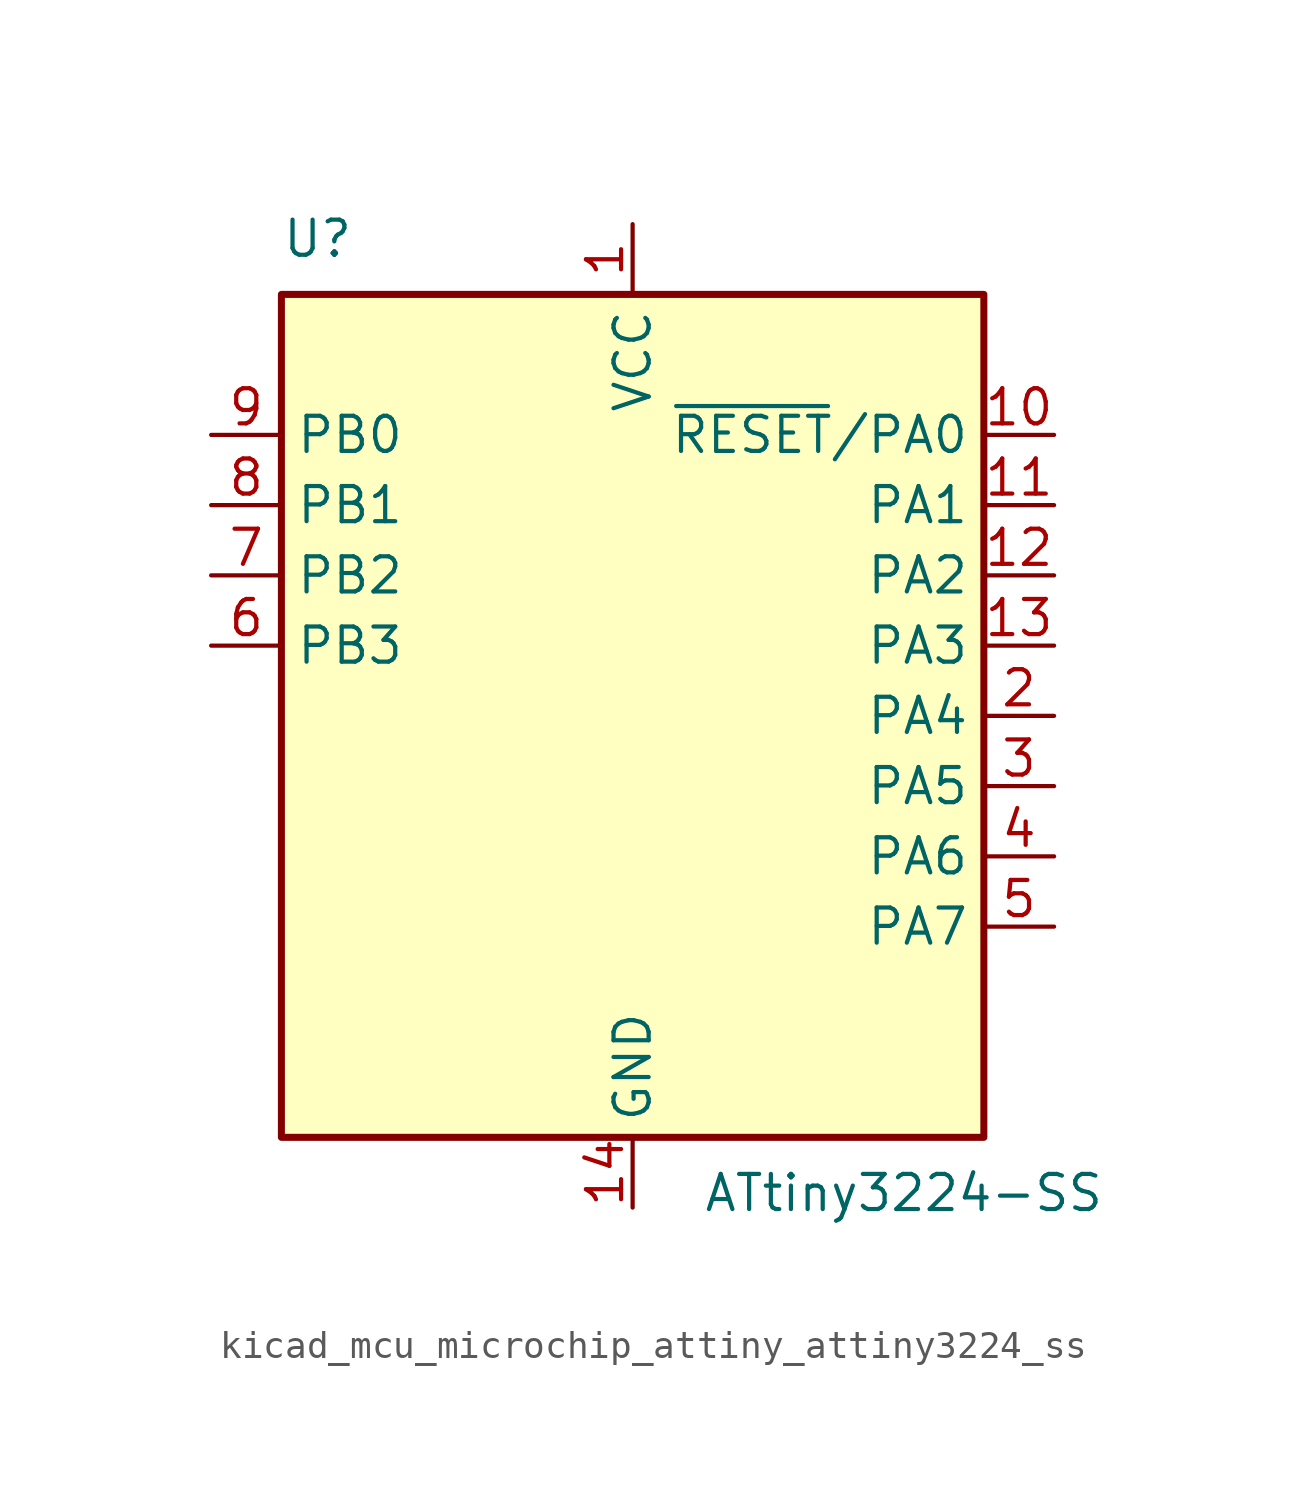
<source format=kicad_sym>
(kicad_symbol_lib
  (version 20220914)
  (generator kicad_symbol_editor)
  (symbol "kicad_mcu_microchip_attiny_attiny3224_ss"
    (property "Reference" "U"
      (at -12.7 16.51 0)
      (effects (font (size 1.27 1.27)) (justify left bottom)))
    (property "Value" "ATtiny3224-SS"
      (at 2.54 -16.51 0)
      (effects (font (size 1.27 1.27)) (justify left top)))
    (symbol "kicad_mcu_microchip_attiny_attiny3224_ss_0_1"
      (rectangle (start -12.7 -15.24) (end 12.7 15.24) (stroke (width 0.254) (type default)) (fill (type background))))
    (symbol "kicad_mcu_microchip_attiny_attiny3224_ss_1_1"
      (pin power_in line (at 0 17.78 270) (length 2.54) (name "VCC" (effects (font (size 1.27 1.27)))) (number "1" (effects (font (size 1.27 1.27)))))
      (pin bidirectional line (at 15.24 10.16 180) (length 2.54) (name "~{RESET}/PA0" (effects (font (size 1.27 1.27)))) (number "10" (effects (font (size 1.27 1.27)))))
      (pin bidirectional line (at 15.24 7.62 180) (length 2.54) (name "PA1" (effects (font (size 1.27 1.27)))) (number "11" (effects (font (size 1.27 1.27)))))
      (pin bidirectional line (at 15.24 5.08 180) (length 2.54) (name "PA2" (effects (font (size 1.27 1.27)))) (number "12" (effects (font (size 1.27 1.27)))))
      (pin bidirectional line (at 15.24 2.54 180) (length 2.54) (name "PA3" (effects (font (size 1.27 1.27)))) (number "13" (effects (font (size 1.27 1.27)))))
      (pin power_in line (at 0 -17.78 90) (length 2.54) (name "GND" (effects (font (size 1.27 1.27)))) (number "14" (effects (font (size 1.27 1.27)))))
      (pin bidirectional line (at 15.24 0 180) (length 2.54) (name "PA4" (effects (font (size 1.27 1.27)))) (number "2" (effects (font (size 1.27 1.27)))))
      (pin bidirectional line (at 15.24 -2.54 180) (length 2.54) (name "PA5" (effects (font (size 1.27 1.27)))) (number "3" (effects (font (size 1.27 1.27)))))
      (pin bidirectional line (at 15.24 -5.08 180) (length 2.54) (name "PA6" (effects (font (size 1.27 1.27)))) (number "4" (effects (font (size 1.27 1.27)))))
      (pin bidirectional line (at 15.24 -7.62 180) (length 2.54) (name "PA7" (effects (font (size 1.27 1.27)))) (number "5" (effects (font (size 1.27 1.27)))))
      (pin bidirectional line (at -15.24 2.54 0) (length 2.54) (name "PB3" (effects (font (size 1.27 1.27)))) (number "6" (effects (font (size 1.27 1.27)))))
      (pin bidirectional line (at -15.24 5.08 0) (length 2.54) (name "PB2" (effects (font (size 1.27 1.27)))) (number "7" (effects (font (size 1.27 1.27)))))
      (pin bidirectional line (at -15.24 7.62 0) (length 2.54) (name "PB1" (effects (font (size 1.27 1.27)))) (number "8" (effects (font (size 1.27 1.27)))))
      (pin bidirectional line (at -15.24 10.16 0) (length 2.54) (name "PB0" (effects (font (size 1.27 1.27)))) (number "9" (effects (font (size 1.27 1.27))))))))
</source>
